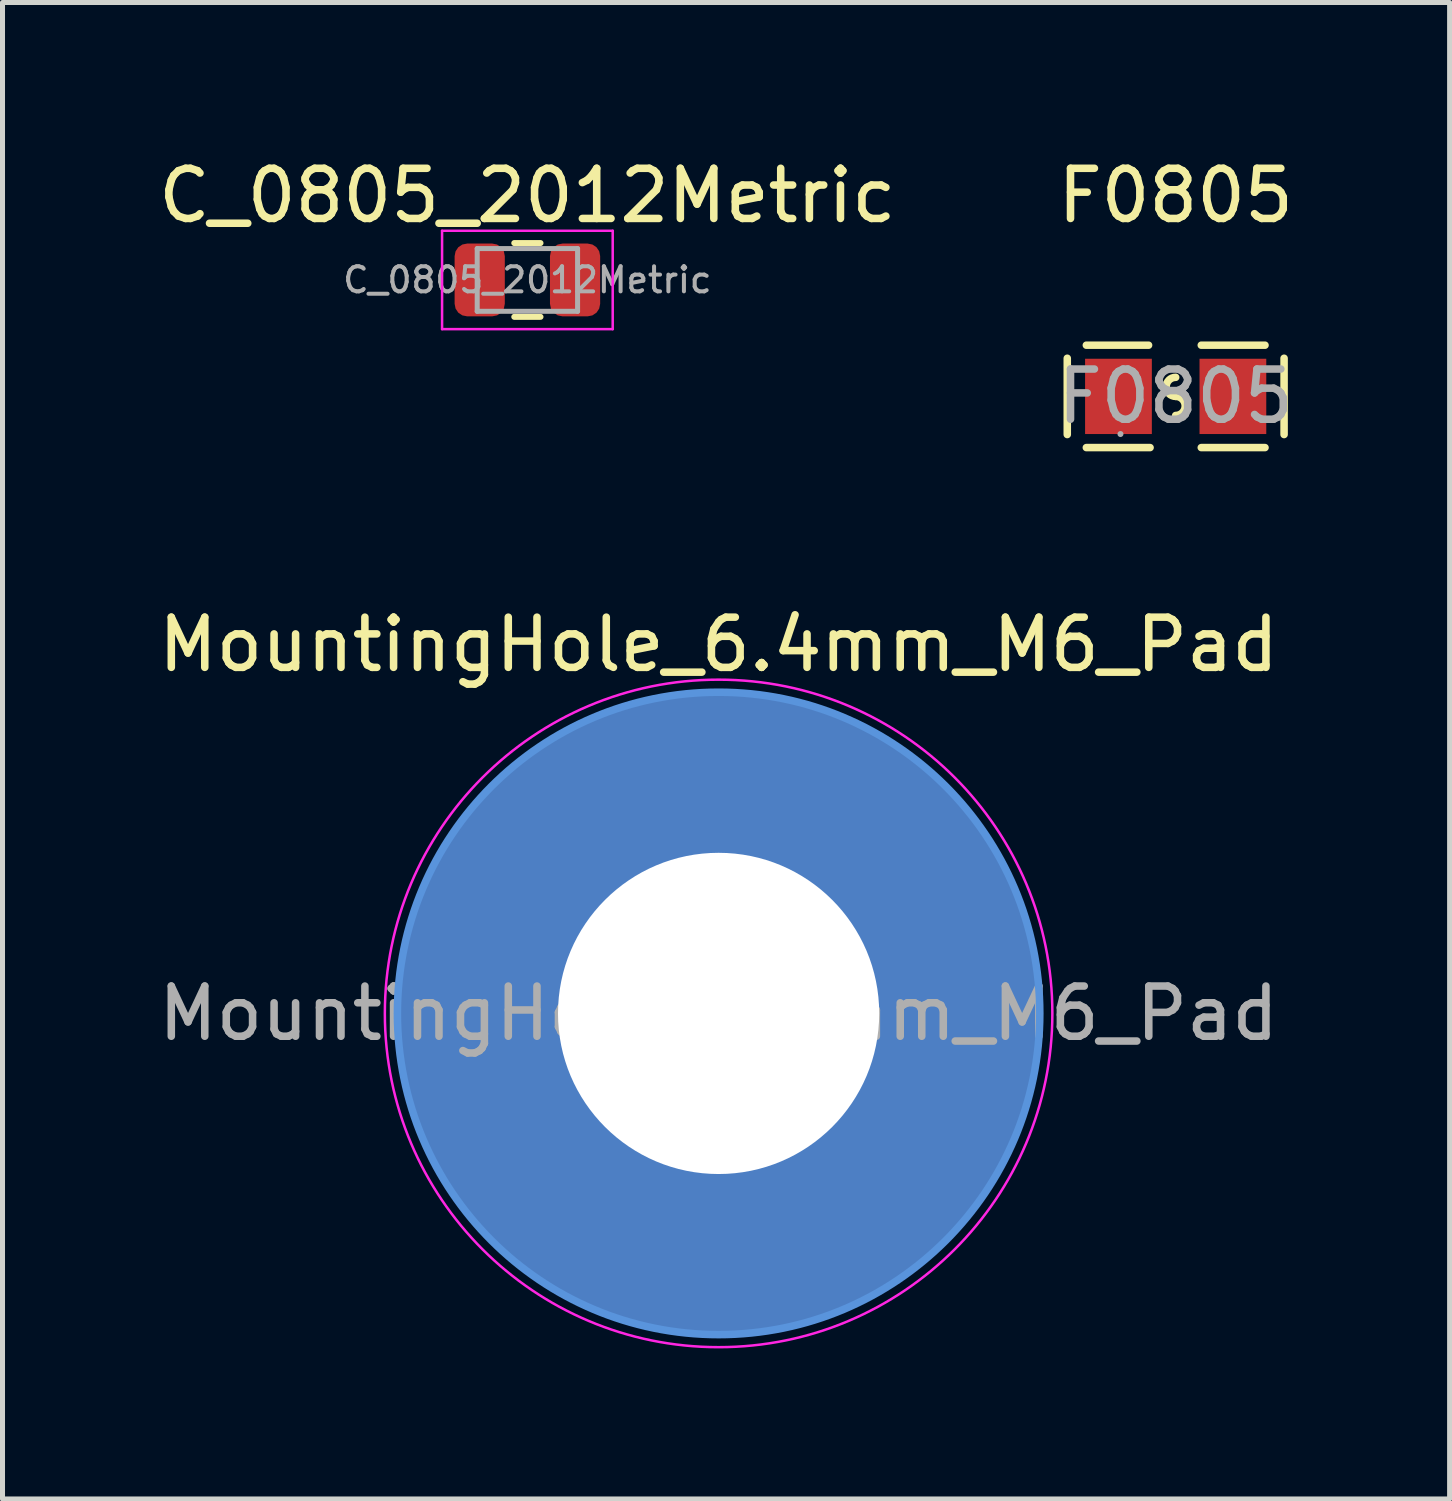
<source format=kicad_pcb>
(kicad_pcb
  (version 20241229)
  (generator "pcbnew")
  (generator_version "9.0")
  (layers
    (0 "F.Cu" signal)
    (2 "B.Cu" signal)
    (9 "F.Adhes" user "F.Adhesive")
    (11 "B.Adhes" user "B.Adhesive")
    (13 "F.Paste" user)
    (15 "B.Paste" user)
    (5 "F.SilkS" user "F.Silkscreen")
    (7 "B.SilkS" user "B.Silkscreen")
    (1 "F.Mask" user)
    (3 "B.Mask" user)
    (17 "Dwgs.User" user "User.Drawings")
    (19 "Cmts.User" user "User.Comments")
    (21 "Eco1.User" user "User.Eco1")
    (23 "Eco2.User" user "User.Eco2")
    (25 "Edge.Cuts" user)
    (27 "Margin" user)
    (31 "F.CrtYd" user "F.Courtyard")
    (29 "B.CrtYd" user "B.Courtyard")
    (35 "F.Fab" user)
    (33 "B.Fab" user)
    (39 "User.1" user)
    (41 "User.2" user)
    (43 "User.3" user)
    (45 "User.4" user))
  (footprint "MountingHole_6.4mm_M6_Pad"
    (layer "F.Cu")
    (at 11.268 17.142)
    (property "Reference" "MountingHole_6.4mm_M6_Pad" (at 0 -7.35 0) (layer "F.SilkS") (effects (font (size 1 1) (thickness 0.15))))
    (attr exclude_from_pos_files exclude_from_bom)
    (fp_circle (center 0 0) (end 6.4 0) (stroke (width 0.15) (type solid)) (fill no) (layer "Cmts.User"))
    (fp_circle (center 0 0) (end 6.65 0) (stroke (width 0.05) (type solid)) (fill no) (layer "F.CrtYd"))
    (fp_text user "${REFERENCE}" (at 0 0 0) (layer "F.Fab") (effects (font (size 1 1) (thickness 0.15))))
    (pad "1" thru_hole circle (at 0 0) (size 12.8 12.8) (drill 6.4) (layers "*.Cu" "*.Mask")))
  (footprint "F0805"
    (layer "F.Cu")
    (at 20.375 4.848)
    (property "Reference" "F0805" (at 0 -4 0) (layer "F.SilkS") (effects (font (size 1 1) (thickness 0.15))))
    (attr through_hole)
    (fp_line (start -2.16 -0.76) (end -2.16 0.76) (stroke (width 0.15) (type solid)) (layer "F.SilkS"))
    (fp_line (start -1.78 -1.02) (end -0.54 -1.02) (stroke (width 0.15) (type solid)) (layer "F.SilkS"))
    (fp_line (start -0.51 1.02) (end -1.78 1.02) (stroke (width 0.15) (type solid)) (layer "F.SilkS"))
    (fp_line (start 0.51 1.02) (end 1.78 1.02) (stroke (width 0.15) (type solid)) (layer "F.SilkS"))
    (fp_line (start 1.78 -1.02) (end 0.51 -1.02) (stroke (width 0.15) (type solid)) (layer "F.SilkS"))
    (fp_line (start 2.16 -0.76) (end 2.16 0.76) (stroke (width 0.15) (type solid)) (layer "F.SilkS"))
    (fp_arc (start 0 0) (mid -0.19 -0.19) (end 0 -0.38) (stroke (width 0.15) (type solid)) (layer "F.SilkS"))
    (fp_arc (start 0 0) (mid 0.19 0.19) (end 0 0.38) (stroke (width 0.15) (type solid)) (layer "F.SilkS"))
    (fp_circle (center -1.1 0.75) (end -1.07 0.75) (stroke (width 0.06) (type solid)) (fill no) (layer "F.Fab"))
    (fp_text user "${REFERENCE}" (at 0 0 0) (layer "F.Fab") (effects (font (size 1 1) (thickness 0.15))))
    (pad "1" smd rect (at -1.14 0 180) (size 1.33 1.5) (layers "F.Cu" "F.Mask" "F.Paste"))
    (pad "2" smd rect (at 1.14 0 180) (size 1.33 1.5) (layers "F.Cu" "F.Mask" "F.Paste")))
  (footprint "C_0805_2012Metric"
    (layer "F.Cu")
    (at 7.458 2.528)
    (property "Reference" "C_0805_2012Metric" (at 0 -1.68 0) (layer "F.SilkS") (effects (font (size 1 1) (thickness 0.15))))
    (attr smd)
    (fp_line (start -0.261 -0.735) (end 0.261 -0.735) (stroke (width 0.12) (type solid)) (layer "F.SilkS"))
    (fp_line (start -0.261 0.735) (end 0.261 0.735) (stroke (width 0.12) (type solid)) (layer "F.SilkS"))
    (fp_line (start -1.7 -0.98) (end 1.7 -0.98) (stroke (width 0.05) (type solid)) (layer "F.CrtYd"))
    (fp_line (start -1.7 0.98) (end -1.7 -0.98) (stroke (width 0.05) (type solid)) (layer "F.CrtYd"))
    (fp_line (start 1.7 -0.98) (end 1.7 0.98) (stroke (width 0.05) (type solid)) (layer "F.CrtYd"))
    (fp_line (start 1.7 0.98) (end -1.7 0.98) (stroke (width 0.05) (type solid)) (layer "F.CrtYd"))
    (fp_line (start -1 -0.625) (end 1 -0.625) (stroke (width 0.1) (type solid)) (layer "F.Fab"))
    (fp_line (start -1 0.625) (end -1 -0.625) (stroke (width 0.1) (type solid)) (layer "F.Fab"))
    (fp_line (start 1 -0.625) (end 1 0.625) (stroke (width 0.1) (type solid)) (layer "F.Fab"))
    (fp_line (start 1 0.625) (end -1 0.625) (stroke (width 0.1) (type solid)) (layer "F.Fab"))
    (fp_text user "${REFERENCE}" (at 0 0 0) (layer "F.Fab") (effects (font (size 0.5 0.5) (thickness 0.08))))
    (pad "1" smd roundrect (at -0.95 0 180) (size 1 1.45) (layers "F.Cu" "F.Mask" "F.Paste") (roundrect_rratio 0.25))
    (pad "2" smd roundrect (at 0.95 0 180) (size 1 1.45) (layers "F.Cu" "F.Mask" "F.Paste") (roundrect_rratio 0.25)))
  (gr_rect
    (start -3 -3)
    (end 25.833 26.817)
    (stroke (width 0.1) (type default))
    (fill no)
    (layer "Edge.Cuts")))
</source>
